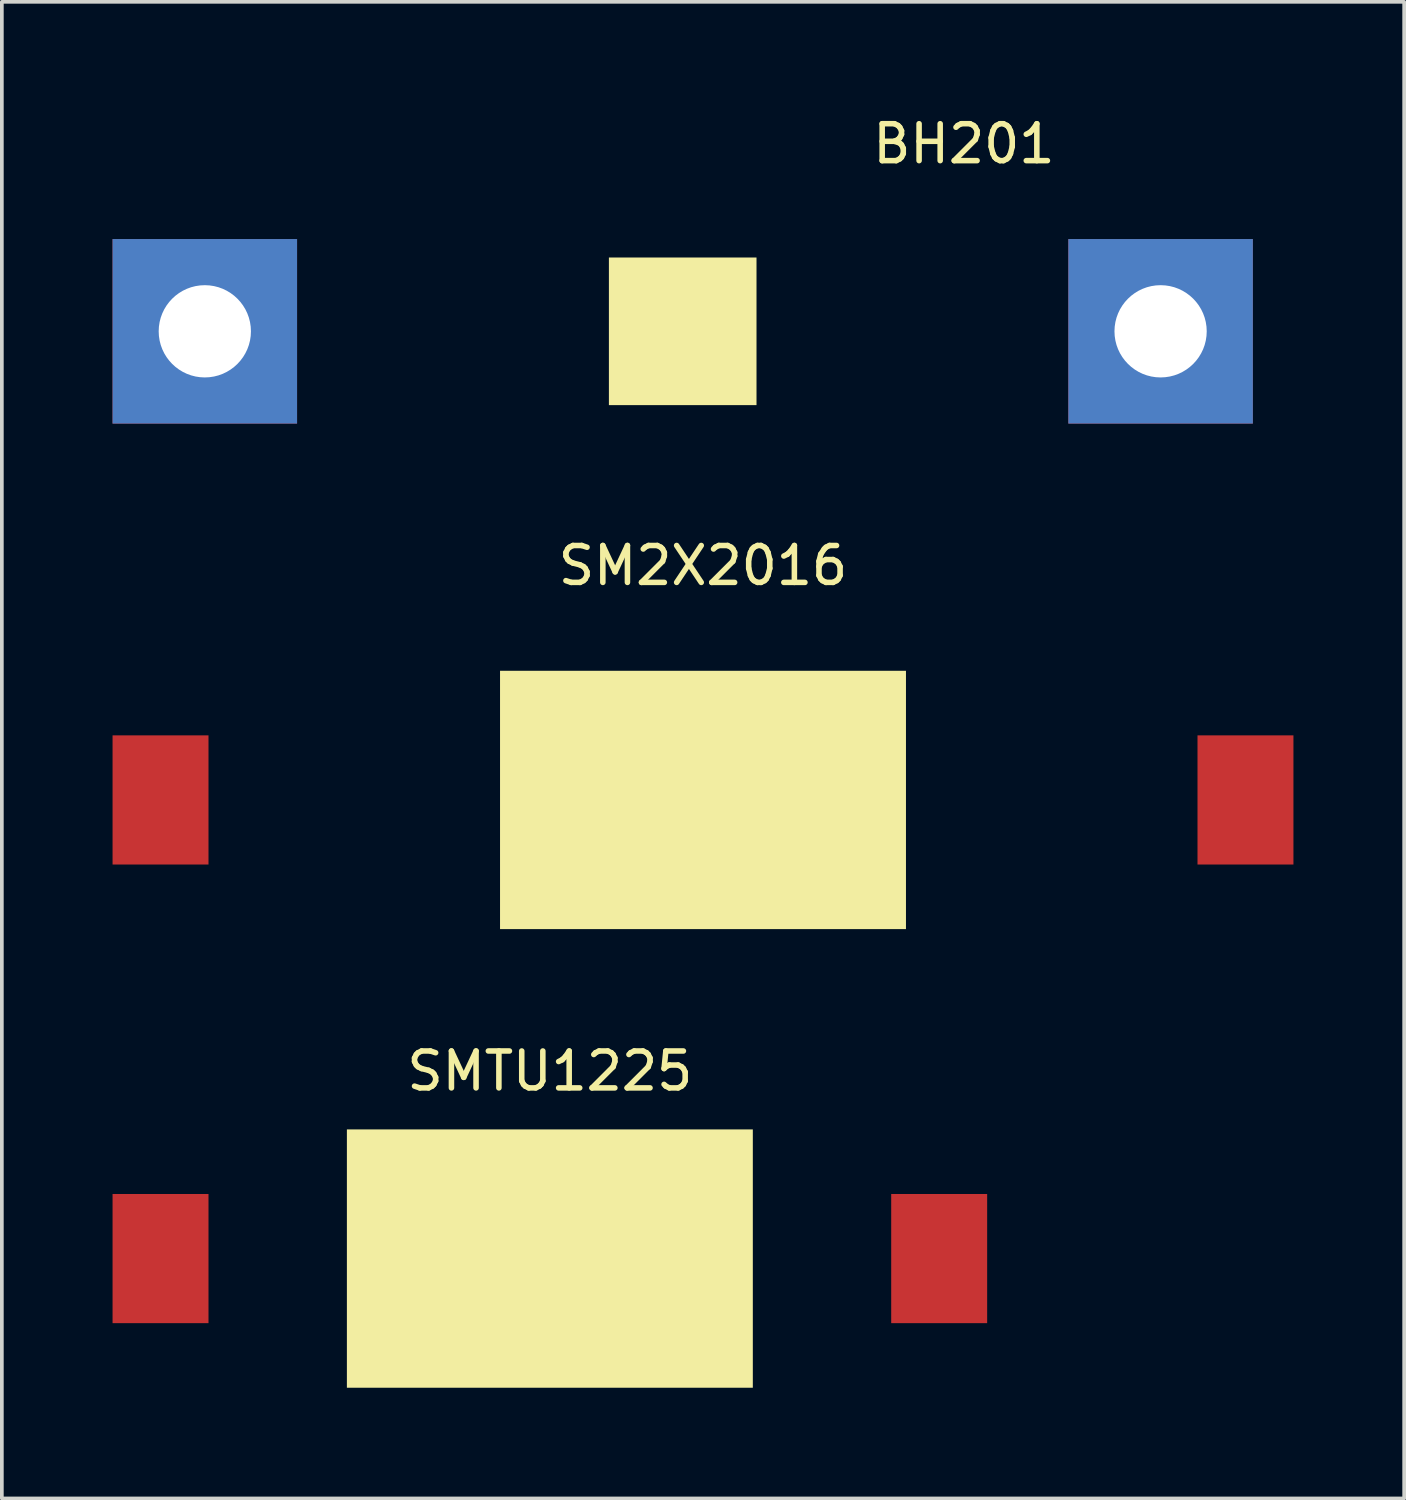
<source format=kicad_pcb>
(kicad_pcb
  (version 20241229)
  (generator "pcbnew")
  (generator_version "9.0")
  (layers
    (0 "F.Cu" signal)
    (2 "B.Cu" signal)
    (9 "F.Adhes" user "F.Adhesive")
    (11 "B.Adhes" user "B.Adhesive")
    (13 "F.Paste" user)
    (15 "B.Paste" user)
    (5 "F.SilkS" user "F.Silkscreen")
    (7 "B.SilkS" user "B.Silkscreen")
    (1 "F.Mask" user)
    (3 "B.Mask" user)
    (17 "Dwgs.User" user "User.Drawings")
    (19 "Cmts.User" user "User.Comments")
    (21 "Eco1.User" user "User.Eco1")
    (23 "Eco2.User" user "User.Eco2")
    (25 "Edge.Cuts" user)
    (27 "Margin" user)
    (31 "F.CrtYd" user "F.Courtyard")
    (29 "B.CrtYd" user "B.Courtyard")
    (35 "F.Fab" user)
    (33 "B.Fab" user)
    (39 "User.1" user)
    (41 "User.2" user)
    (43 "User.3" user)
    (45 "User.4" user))
  (footprint "SMTU1225"
    (layer "F.Cu")
    (at 11.85 31.055)
    (property "Reference" "SMTU1225" (at 0 -5.08 0) (layer "F.SilkS") (effects (font (size 1 1) (thickness 0.15))))
    (attr through_hole)
    (pad "" smd rect (at 0 0) (size 11 7) (layers "F.SilkS"))
    (pad "1" smd rect (at -10.55 0) (size 2.6 3.5) (layers "F.Cu" "F.Mask" "F.Paste"))
    (pad "2" smd rect (at 10.55 0) (size 2.6 3.5) (layers "F.Cu" "F.Mask" "F.Paste")))
  (footprint "SM2X2016"
    (layer "F.Cu")
    (at 16 18.627)
    (property "Reference" "SM2X2016" (at 0 -6.35 0) (layer "F.SilkS") (effects (font (size 1 1) (thickness 0.15))))
    (attr through_hole)
    (pad "" smd rect (at 0 0) (size 11 7) (layers "F.SilkS"))
    (pad "1" smd rect (at -14.7 0) (size 2.6 3.5) (layers "F.Cu" "F.Mask" "F.Paste"))
    (pad "2" smd rect (at 14.7 0) (size 2.6 3.5) (layers "F.Cu" "F.Mask" "F.Paste")))
  (footprint "BH201"
    (layer "F.Cu")
    (at 15.45 5.928)
    (property "Reference" "BH201" (at 7.62 -5.08 0) (layer "F.SilkS") (effects (font (size 1 1) (thickness 0.15))))
    (attr through_hole)
    (pad "" smd rect (at 0 0) (size 4 4) (layers "F.SilkS"))
    (pad "1" thru_hole rect (at -12.95 0) (size 5 5) (drill 2.5) (layers "*.Cu" "*.Mask"))
    (pad "2" thru_hole rect (at 12.95 0) (size 5 5) (drill 2.5) (layers "*.Cu" "*.Mask")))
  (gr_rect
    (start -3 -3)
    (end 35 37.555)
    (stroke (width 0.1) (type default))
    (fill no)
    (layer "Edge.Cuts")))
</source>
